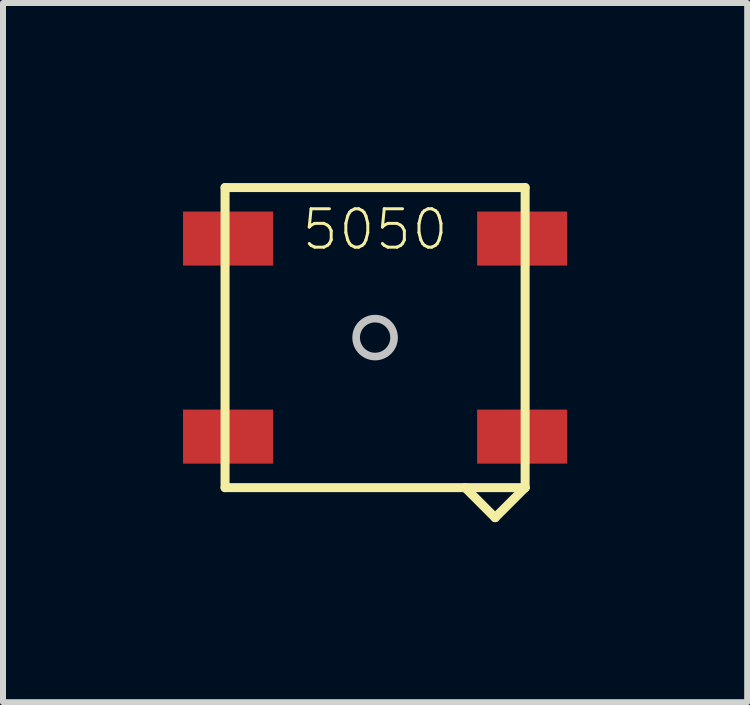
<source format=kicad_pcb>
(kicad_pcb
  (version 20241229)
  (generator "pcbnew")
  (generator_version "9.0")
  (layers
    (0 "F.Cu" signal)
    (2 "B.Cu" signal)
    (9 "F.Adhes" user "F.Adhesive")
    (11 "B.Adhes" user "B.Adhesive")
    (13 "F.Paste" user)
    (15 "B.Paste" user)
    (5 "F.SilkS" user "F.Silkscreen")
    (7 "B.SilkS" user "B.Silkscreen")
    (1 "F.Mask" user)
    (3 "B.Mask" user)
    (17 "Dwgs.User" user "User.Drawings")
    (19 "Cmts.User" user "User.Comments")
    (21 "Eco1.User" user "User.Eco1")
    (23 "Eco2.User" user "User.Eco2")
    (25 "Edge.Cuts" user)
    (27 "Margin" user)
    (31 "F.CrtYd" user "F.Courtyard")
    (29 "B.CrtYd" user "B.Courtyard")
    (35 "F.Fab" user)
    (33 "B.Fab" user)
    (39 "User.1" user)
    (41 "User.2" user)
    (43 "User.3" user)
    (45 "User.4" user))
  (footprint "5050"
    (layer "F.Cu")
    (at 3.2 2.575)
    (property "Reference" "5050" (at 0 -1.8 0) (layer "F.SilkS") (effects (font (size 0.64 0.64) (thickness 0.05))))
    (attr smd)
    (fp_line (start -2.5 -2.5) (end -2.5 2.5) (stroke (width 0.15) (type solid)) (layer "F.SilkS"))
    (fp_line (start -2.5 2.5) (end 2.5 2.5) (stroke (width 0.15) (type solid)) (layer "F.SilkS"))
    (fp_line (start 2 3) (end 1.5 2.5) (stroke (width 0.15) (type solid)) (layer "F.SilkS"))
    (fp_line (start 2.5 -2.5) (end -2.5 -2.5) (stroke (width 0.15) (type solid)) (layer "F.SilkS"))
    (fp_line (start 2.5 2.5) (end 2 3) (stroke (width 0.15) (type solid)) (layer "F.SilkS"))
    (fp_line (start 2.5 2.5) (end 2.5 -2.5) (stroke (width 0.15) (type solid)) (layer "F.SilkS"))
    (fp_circle (center 0 0) (end 0.316 0) (stroke (width 0.127) (type solid)) (fill no) (layer "Dwgs.User"))
    (pad "1" smd rect (at -2.45 -1.65) (size 1.5 0.9) (layers "F.Cu" "F.Mask" "F.Paste"))
    (pad "2" smd rect (at -2.45 1.65) (size 1.5 0.9) (layers "F.Cu" "F.Mask" "F.Paste"))
    (pad "3" smd rect (at 2.45 1.65) (size 1.5 0.9) (layers "F.Cu" "F.Mask" "F.Paste"))
    (pad "4" smd rect (at 2.45 -1.65) (size 1.5 0.9) (layers "F.Cu" "F.Mask" "F.Paste")))
  (gr_rect
    (start -3 -3)
    (end 9.4 8.65)
    (stroke (width 0.1) (type default))
    (fill no)
    (layer "Edge.Cuts")))
</source>
